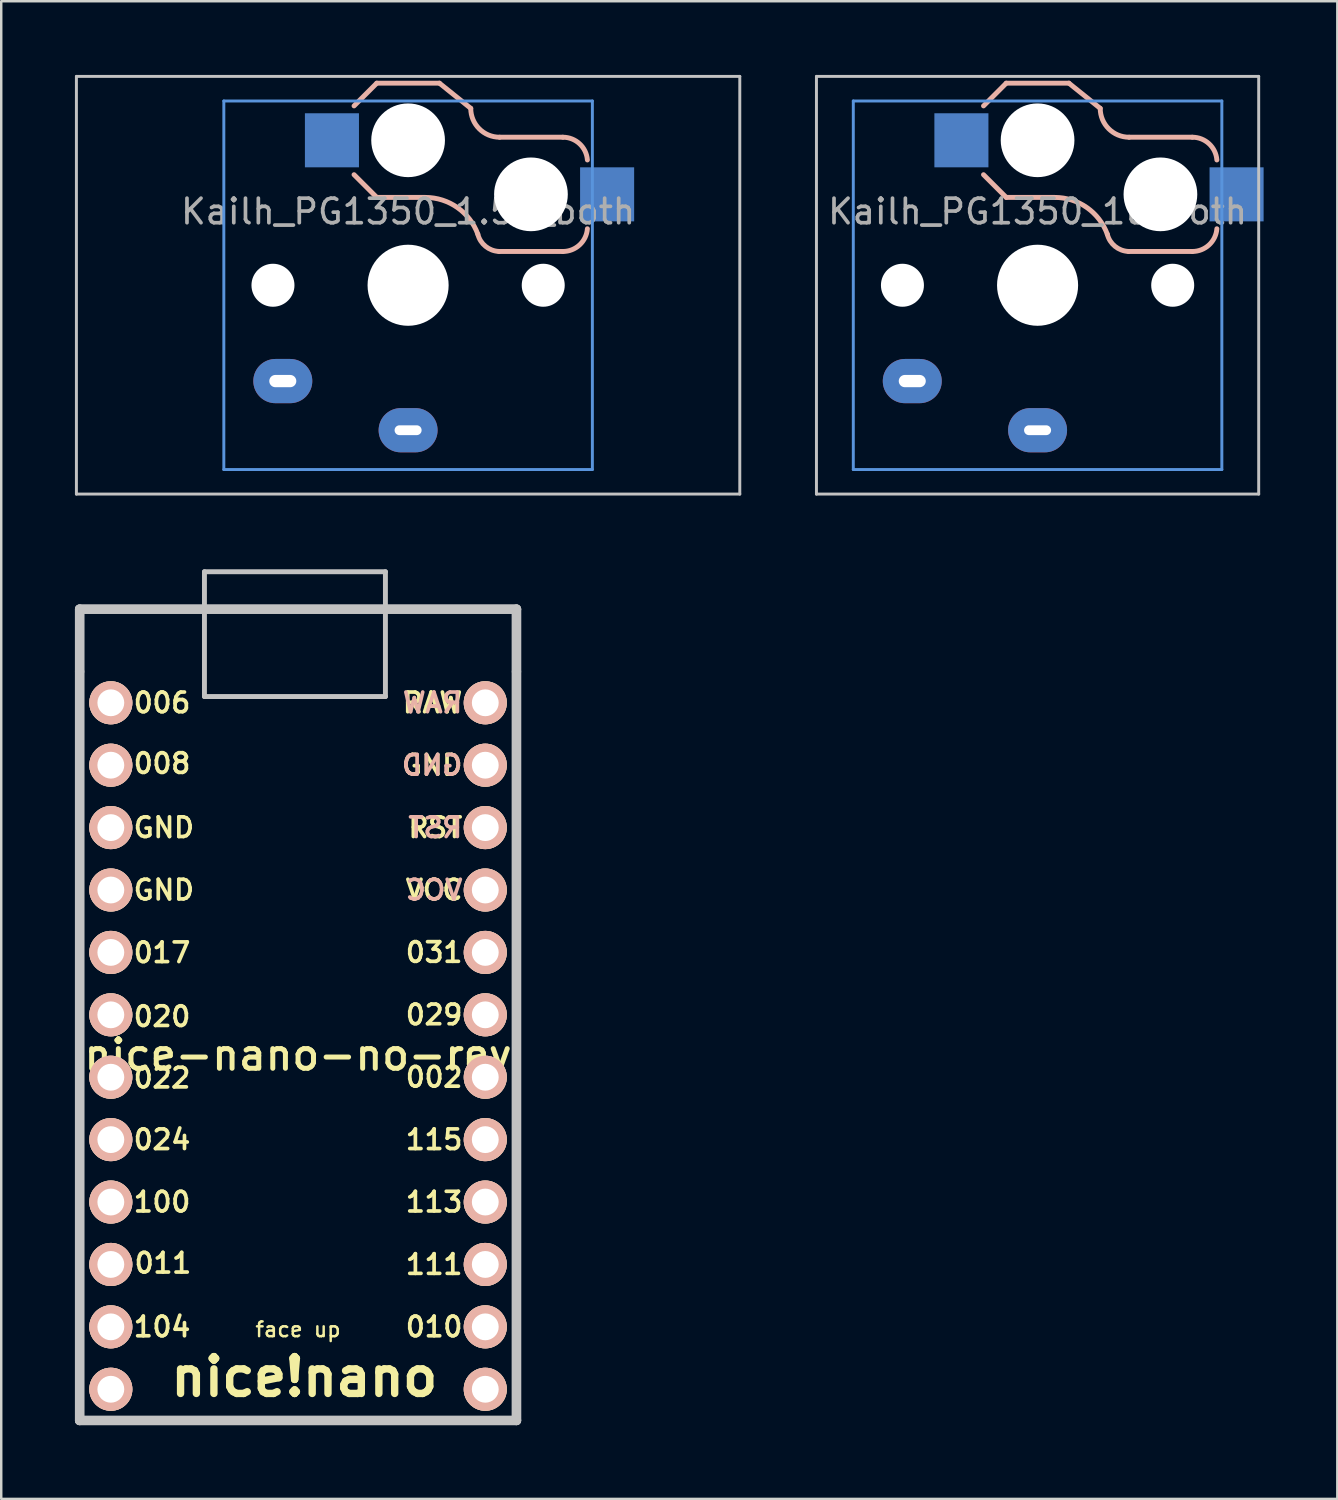
<source format=kicad_pcb>
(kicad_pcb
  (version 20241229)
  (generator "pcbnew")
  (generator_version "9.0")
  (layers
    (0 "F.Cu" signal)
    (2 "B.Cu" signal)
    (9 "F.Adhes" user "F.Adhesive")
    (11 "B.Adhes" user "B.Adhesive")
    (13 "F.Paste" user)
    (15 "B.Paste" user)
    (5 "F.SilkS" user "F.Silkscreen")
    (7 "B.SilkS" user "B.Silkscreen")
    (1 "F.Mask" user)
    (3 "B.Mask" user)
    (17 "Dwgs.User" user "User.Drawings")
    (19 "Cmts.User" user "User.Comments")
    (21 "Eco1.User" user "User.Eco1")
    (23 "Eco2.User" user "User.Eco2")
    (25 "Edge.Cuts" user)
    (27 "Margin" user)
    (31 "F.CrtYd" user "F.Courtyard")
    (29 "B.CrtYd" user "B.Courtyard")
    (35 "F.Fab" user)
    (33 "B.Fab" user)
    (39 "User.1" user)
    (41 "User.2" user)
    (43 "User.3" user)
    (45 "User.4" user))
  (footprint "Kailh_PG1350_1u_both"
    (layer "F.Cu")
    (at 39.18 8.56)
    (property "Reference" "Kailh_PG1350_1u_both" (at 0 -3 180) (layer "F.Fab") (effects (font (size 1 1) (thickness 0.15))))
    (attr through_hole)
    (fp_line (start -2.2 -7.3) (end -1.275 -8.225) (stroke (width 0.2) (type solid)) (layer "B.SilkS"))
    (fp_line (start -2.2 -4.5) (end -1.275 -3.575) (stroke (width 0.2) (type solid)) (layer "B.SilkS"))
    (fp_line (start 0.7 -3.575) (end -1.275 -3.575) (stroke (width 0.2) (type solid)) (layer "B.SilkS"))
    (fp_line (start 1.275 -8.225) (end -1.275 -8.225) (stroke (width 0.2) (type solid)) (layer "B.SilkS"))
    (fp_line (start 1.275 -8.225) (end 2.55 -7.2) (stroke (width 0.2) (type solid)) (layer "B.SilkS"))
    (fp_line (start 6.3 -6.025) (end 3.725 -6.025) (stroke (width 0.2) (type solid)) (layer "B.SilkS"))
    (fp_line (start 6.3 -1.375) (end 3.7 -1.375) (stroke (width 0.2) (type solid)) (layer "B.SilkS"))
    (fp_arc (start 0.7 -3.575) (mid 2.004886 -3.163571) (end 2.837801 -2.078096) (stroke (width 0.2) (type solid)) (layer "B.SilkS"))
    (fp_arc (start 3.699539 -1.376187) (mid 3.151923 -1.583811) (end 2.837801 -2.078096) (stroke (width 0.2) (type solid)) (layer "B.SilkS"))
    (fp_arc (start 3.725 -6.025) (mid 2.89415 -6.36915) (end 2.55 -7.2) (stroke (width 0.2) (type solid)) (layer "B.SilkS"))
    (fp_arc (start 6.3 -6.025) (mid 6.980151 -5.758072) (end 7.297199 -5.09979) (stroke (width 0.2) (type solid)) (layer "B.SilkS"))
    (fp_arc (start 7.297199 -2.30021) (mid 6.980151 -1.641928) (end 6.3 -1.375) (stroke (width 0.2) (type solid)) (layer "B.SilkS"))
    (fp_line (start -9 8.5) (end -9 -8.5) (stroke (width 0.12) (type solid)) (layer "Dwgs.User"))
    (fp_line (start 9 -8.5) (end -9 -8.5) (stroke (width 0.12) (type solid)) (layer "Dwgs.User"))
    (fp_line (start 9 8.5) (end -9 8.5) (stroke (width 0.12) (type solid)) (layer "Dwgs.User"))
    (fp_line (start 9 8.5) (end 9 -8.5) (stroke (width 0.12) (type solid)) (layer "Dwgs.User"))
    (fp_line (start -7.5 -7.5) (end -7.5 7.5) (stroke (width 0.12) (type solid)) (layer "Cmts.User"))
    (fp_line (start -7.5 -7.5) (end 7.5 -7.5) (stroke (width 0.12) (type solid)) (layer "Cmts.User"))
    (fp_line (start 7.5 7.5) (end -7.5 7.5) (stroke (width 0.12) (type solid)) (layer "Cmts.User"))
    (fp_line (start 7.5 7.5) (end 7.5 -7.5) (stroke (width 0.12) (type solid)) (layer "Cmts.User"))
    (pad "" np_thru_hole circle (at -5.5 0 180) (size 1.75 1.75) (drill 1.75) (layers "*.Cu" "*.Mask"))
    (pad "" np_thru_hole circle (at 0 -5.9 180) (size 3 3) (drill 3) (layers "*.Cu" "*.Mask"))
    (pad "" np_thru_hole circle (at 0 0 180) (size 3.3 3.3) (drill 3.3) (layers "*.Cu" "*.Mask"))
    (pad "" np_thru_hole circle (at 5 -3.7 180) (size 3 3) (drill 3) (layers "*.Cu" "*.Mask"))
    (pad "" np_thru_hole circle (at 5.5 0 180) (size 1.75 1.75) (drill 1.75) (layers "*.Cu" "*.Mask"))
    (pad "1" thru_hole oval (at -5.1 3.9 180) (size 2.4 1.8) (drill oval 1.1 0.5) (layers "*.Cu" "B.Mask"))
    (pad "1" smd rect (at 8.1 -3.7) (size 2.2 2.2) (layers "B.Cu" "B.Mask" "B.Paste"))
    (pad "2" smd rect (at -3.1 -5.9) (size 2.2 2.2) (layers "B.Cu" "B.Mask" "B.Paste"))
    (pad "2" thru_hole oval (at 0 5.9 180) (size 2.4 1.8) (drill oval 1.1 0.4) (layers "*.Cu" "B.Mask")))
  (footprint "nice-nano-no-rev"
    (layer "F.Cu")
    (at 9.081 38.26)
    (property "Reference" "nice-nano-no-rev" (at 0 1.625 0) (layer "F.SilkS") (effects (font (size 1.2 1.2) (thickness 0.203))))
    (attr through_hole)
    (fp_line (start -8.89 -16.516) (end -8.89 -13.976) (stroke (width 0.381) (type solid)) (layer "Dwgs.User"))
    (fp_line (start -8.89 -16.516) (end -8.89 16.504) (stroke (width 0.381) (type solid)) (layer "Dwgs.User"))
    (fp_line (start -8.89 -13.976) (end -8.89 16.504) (stroke (width 0.381) (type solid)) (layer "Dwgs.User"))
    (fp_line (start -8.89 16.504) (end 8.89 16.504) (stroke (width 0.381) (type solid)) (layer "Dwgs.User"))
    (fp_line (start -8.89 16.504) (end 8.89 16.504) (stroke (width 0.381) (type solid)) (layer "Dwgs.User"))
    (fp_line (start -3.81 -18.04) (end 3.556 -18.04) (stroke (width 0.2) (type solid)) (layer "Dwgs.User"))
    (fp_line (start -3.81 -12.96) (end -3.81 -18.04) (stroke (width 0.2) (type solid)) (layer "Dwgs.User"))
    (fp_line (start 3.556 -18.04) (end 3.556 -12.96) (stroke (width 0.2) (type solid)) (layer "Dwgs.User"))
    (fp_line (start 3.556 -12.96) (end -3.81 -12.96) (stroke (width 0.2) (type solid)) (layer "Dwgs.User"))
    (fp_line (start 8.89 -16.516) (end -8.89 -16.516) (stroke (width 0.381) (type solid)) (layer "Dwgs.User"))
    (fp_line (start 8.89 -16.516) (end -8.89 -16.516) (stroke (width 0.381) (type solid)) (layer "Dwgs.User"))
    (fp_line (start 8.89 -13.976) (end 8.89 -16.516) (stroke (width 0.381) (type solid)) (layer "Dwgs.User"))
    (fp_line (start 8.89 16.504) (end 8.89 -16.516) (stroke (width 0.381) (type solid)) (layer "Dwgs.User"))
    (fp_line (start 8.89 16.504) (end 8.89 -13.976) (stroke (width 0.381) (type solid)) (layer "Dwgs.User"))
    (fp_text user "GND" (at -5.461 -7.626 0) (layer "F.SilkS") (effects (font (size 0.8 0.8) (thickness 0.15))))
    (fp_text user "RST" (at 5.588 -7.626 0) (layer "F.SilkS") (effects (font (size 0.8 0.8) (thickness 0.15))))
    (fp_text user "024" (at -5.537 5.074 0) (layer "F.SilkS") (effects (font (size 0.8 0.8) (thickness 0.15))))
    (fp_text user "006" (at -5.537 -12.706 0) (layer "F.SilkS") (effects (font (size 0.8 0.8) (thickness 0.15))))
    (fp_text user "GND" (at -5.461 -5.086 0) (layer "F.SilkS") (effects (font (size 0.8 0.8) (thickness 0.15))))
    (fp_text user "nice!nano" (at 0.254 14.726 0) (layer "F.SilkS") (effects (font (size 1.5 1.5) (thickness 0.3))))
    (fp_text user "022" (at -5.537 2.564 0) (layer "F.SilkS") (effects (font (size 0.8 0.8) (thickness 0.15))))
    (fp_text user "010" (at 5.537 12.694 0) (layer "F.SilkS") (effects (font (size 0.8 0.8) (thickness 0.15))))
    (fp_text user "008" (at -5.537 -10.236 0) (layer "F.SilkS") (effects (font (size 0.8 0.8) (thickness 0.15))))
    (fp_text user "GND" (at 5.455 -10.166 0) (layer "F.SilkS") (effects (font (size 0.8 0.8) (thickness 0.15))))
    (fp_text user "002" (at 5.537 2.534 0) (layer "F.SilkS") (effects (font (size 0.8 0.8) (thickness 0.15))))
    (fp_text user "031" (at 5.537 -2.546 0) (layer "F.SilkS") (effects (font (size 0.8 0.8) (thickness 0.15))))
    (fp_text user "face up" (at 0 12.8 0) (unlocked yes) (layer "F.SilkS") (effects (font (size 0.6 0.6) (thickness 0.1))))
    (fp_text user "111" (at 5.537 10.154 0) (layer "F.SilkS") (effects (font (size 0.8 0.8) (thickness 0.15))))
    (fp_text user "029" (at 5.537 -0.006 0) (layer "F.SilkS") (effects (font (size 0.8 0.8) (thickness 0.15))))
    (fp_text user "115" (at 5.537 5.074 0) (layer "F.SilkS") (effects (font (size 0.8 0.8) (thickness 0.15))))
    (fp_text user "011" (at -5.5 10.1 0) (unlocked yes) (layer "F.SilkS") (effects (font (size 0.8 0.8) (thickness 0.15))))
    (fp_text user "017" (at -5.537 -2.536 0) (layer "F.SilkS") (effects (font (size 0.8 0.8) (thickness 0.15))))
    (fp_text user "100" (at -5.537 7.614 0) (layer "F.SilkS") (effects (font (size 0.8 0.8) (thickness 0.15))))
    (fp_text user "RAW" (at 5.474 -12.706 0) (layer "F.SilkS") (effects (font (size 0.8 0.8) (thickness 0.15))))
    (fp_text user "VCC" (at 5.537 -5.086 0) (layer "F.SilkS") (effects (font (size 0.8 0.8) (thickness 0.15))))
    (fp_text user "113" (at 5.537 7.614 0) (layer "F.SilkS") (effects (font (size 0.8 0.8) (thickness 0.15))))
    (fp_text user "104" (at -5.537 12.694 0) (layer "F.SilkS") (effects (font (size 0.8 0.8) (thickness 0.15))))
    (fp_text user "020" (at -5.537 0.064 0) (layer "F.SilkS") (effects (font (size 0.8 0.8) (thickness 0.15))))
    (fp_text user "VCC" (at 5.537 -5.086 0) (layer "B.SilkS") (effects (font (size 0.8 0.8) (thickness 0.15)) (justify mirror)))
    (fp_text user "GND" (at 5.455 -10.166 0) (layer "B.SilkS") (effects (font (size 0.8 0.8) (thickness 0.15)) (justify mirror)))
    (fp_text user "RST" (at 5.588 -7.626 0) (layer "B.SilkS") (effects (font (size 0.8 0.8) (thickness 0.15)) (justify mirror)))
    (fp_text user "RAW" (at 5.474 -12.706 0) (layer "B.SilkS") (effects (font (size 0.8 0.8) (thickness 0.15)) (justify mirror)))
    (pad "1" thru_hole circle (at -7.62 -12.706 270) (size 1.753 1.753) (drill 1.092) (layers "*.Cu" "*.SilkS" "*.Mask"))
    (pad "2" thru_hole circle (at -7.62 -10.166 270) (size 1.753 1.753) (drill 1.092) (layers "*.Cu" "*.SilkS" "*.Mask"))
    (pad "3" thru_hole circle (at -7.62 -7.626 270) (size 1.753 1.753) (drill 1.092) (layers "*.Cu" "*.SilkS" "*.Mask"))
    (pad "4" thru_hole circle (at -7.62 -5.086 270) (size 1.753 1.753) (drill 1.092) (layers "*.Cu" "*.SilkS" "*.Mask"))
    (pad "5" thru_hole circle (at -7.62 -2.546 270) (size 1.753 1.753) (drill 1.092) (layers "*.Cu" "*.SilkS" "*.Mask"))
    (pad "6" thru_hole circle (at -7.62 -0.006 270) (size 1.753 1.753) (drill 1.092) (layers "*.Cu" "*.SilkS" "*.Mask"))
    (pad "7" thru_hole circle (at -7.62 2.534 270) (size 1.753 1.753) (drill 1.092) (layers "*.Cu" "*.SilkS" "*.Mask"))
    (pad "8" thru_hole circle (at -7.62 5.074 270) (size 1.753 1.753) (drill 1.092) (layers "*.Cu" "*.SilkS" "*.Mask"))
    (pad "9" thru_hole circle (at -7.62 7.614 270) (size 1.753 1.753) (drill 1.092) (layers "*.Cu" "*.SilkS" "*.Mask"))
    (pad "10" thru_hole circle (at -7.62 10.154 270) (size 1.753 1.753) (drill 1.092) (layers "*.Cu" "*.SilkS" "*.Mask"))
    (pad "11" thru_hole circle (at -7.62 12.694 270) (size 1.753 1.753) (drill 1.092) (layers "*.Cu" "*.SilkS" "*.Mask"))
    (pad "12" thru_hole circle (at -7.62 15.234 270) (size 1.753 1.753) (drill 1.092) (layers "*.Cu" "*.SilkS" "*.Mask"))
    (pad "13" thru_hole circle (at 7.62 15.234 270) (size 1.753 1.753) (drill 1.092) (layers "*.Cu" "*.SilkS" "*.Mask"))
    (pad "14" thru_hole circle (at 7.62 12.694 270) (size 1.753 1.753) (drill 1.092) (layers "*.Cu" "*.SilkS" "*.Mask"))
    (pad "15" thru_hole circle (at 7.62 10.154 270) (size 1.753 1.753) (drill 1.092) (layers "*.Cu" "*.SilkS" "*.Mask"))
    (pad "16" thru_hole circle (at 7.62 7.614 270) (size 1.753 1.753) (drill 1.092) (layers "*.Cu" "*.SilkS" "*.Mask"))
    (pad "17" thru_hole circle (at 7.62 5.074 270) (size 1.753 1.753) (drill 1.092) (layers "*.Cu" "*.SilkS" "*.Mask"))
    (pad "18" thru_hole circle (at 7.62 2.534 270) (size 1.753 1.753) (drill 1.092) (layers "*.Cu" "*.SilkS" "*.Mask"))
    (pad "19" thru_hole circle (at 7.62 -0.006 270) (size 1.753 1.753) (drill 1.092) (layers "*.Cu" "*.SilkS" "*.Mask"))
    (pad "20" thru_hole circle (at 7.62 -2.546 270) (size 1.753 1.753) (drill 1.092) (layers "*.Cu" "*.SilkS" "*.Mask"))
    (pad "21" thru_hole circle (at 7.62 -5.086 270) (size 1.753 1.753) (drill 1.092) (layers "*.Cu" "*.SilkS" "*.Mask"))
    (pad "22" thru_hole circle (at 7.62 -7.626 270) (size 1.753 1.753) (drill 1.092) (layers "*.Cu" "*.SilkS" "*.Mask"))
    (pad "23" thru_hole circle (at 7.62 -10.166 270) (size 1.753 1.753) (drill 1.092) (layers "*.Cu" "*.SilkS" "*.Mask"))
    (pad "24" thru_hole circle (at 7.62 -12.706 270) (size 1.753 1.753) (drill 1.092) (layers "*.Cu" "*.SilkS" "*.Mask")))
  (footprint "Kailh_PG1350_1.5u_both"
    (layer "F.Cu")
    (at 13.56 8.56)
    (property "Reference" "Kailh_PG1350_1.5u_both" (at 0 -3 180) (layer "F.Fab") (effects (font (size 1 1) (thickness 0.15))))
    (attr through_hole)
    (fp_line (start -2.2 -7.3) (end -1.275 -8.225) (stroke (width 0.2) (type solid)) (layer "B.SilkS"))
    (fp_line (start -2.2 -4.5) (end -1.275 -3.575) (stroke (width 0.2) (type solid)) (layer "B.SilkS"))
    (fp_line (start 0.7 -3.575) (end -1.275 -3.575) (stroke (width 0.2) (type solid)) (layer "B.SilkS"))
    (fp_line (start 1.275 -8.225) (end -1.275 -8.225) (stroke (width 0.2) (type solid)) (layer "B.SilkS"))
    (fp_line (start 1.275 -8.225) (end 2.55 -7.2) (stroke (width 0.2) (type solid)) (layer "B.SilkS"))
    (fp_line (start 6.3 -6.025) (end 3.725 -6.025) (stroke (width 0.2) (type solid)) (layer "B.SilkS"))
    (fp_line (start 6.3 -1.375) (end 3.7 -1.375) (stroke (width 0.2) (type solid)) (layer "B.SilkS"))
    (fp_arc (start 0.7 -3.575) (mid 2.004886 -3.163571) (end 2.837801 -2.078096) (stroke (width 0.2) (type solid)) (layer "B.SilkS"))
    (fp_arc (start 3.699539 -1.376187) (mid 3.151923 -1.583811) (end 2.837801 -2.078096) (stroke (width 0.2) (type solid)) (layer "B.SilkS"))
    (fp_arc (start 3.725 -6.025) (mid 2.89415 -6.36915) (end 2.55 -7.2) (stroke (width 0.2) (type solid)) (layer "B.SilkS"))
    (fp_arc (start 6.3 -6.025) (mid 6.980151 -5.758072) (end 7.297199 -5.09979) (stroke (width 0.2) (type solid)) (layer "B.SilkS"))
    (fp_arc (start 7.297199 -2.30021) (mid 6.980151 -1.641928) (end 6.3 -1.375) (stroke (width 0.2) (type solid)) (layer "B.SilkS"))
    (fp_line (start -13.5 8.5) (end -13.5 -8.5) (stroke (width 0.12) (type solid)) (layer "Dwgs.User"))
    (fp_line (start 13.5 -8.5) (end -13.5 -8.5) (stroke (width 0.12) (type solid)) (layer "Dwgs.User"))
    (fp_line (start 13.5 8.5) (end -13.5 8.5) (stroke (width 0.12) (type solid)) (layer "Dwgs.User"))
    (fp_line (start 13.5 8.5) (end 13.5 -8.5) (stroke (width 0.12) (type solid)) (layer "Dwgs.User"))
    (fp_line (start -7.5 -7.5) (end -7.5 7.5) (stroke (width 0.12) (type solid)) (layer "Cmts.User"))
    (fp_line (start -7.5 -7.5) (end 7.5 -7.5) (stroke (width 0.12) (type solid)) (layer "Cmts.User"))
    (fp_line (start 7.5 7.5) (end -7.5 7.5) (stroke (width 0.12) (type solid)) (layer "Cmts.User"))
    (fp_line (start 7.5 7.5) (end 7.5 -7.5) (stroke (width 0.12) (type solid)) (layer "Cmts.User"))
    (pad "" np_thru_hole circle (at -5.5 0 180) (size 1.75 1.75) (drill 1.75) (layers "*.Cu" "*.Mask"))
    (pad "" np_thru_hole circle (at 0 -5.9 180) (size 3 3) (drill 3) (layers "*.Cu" "*.Mask"))
    (pad "" np_thru_hole circle (at 0 0 180) (size 3.3 3.3) (drill 3.3) (layers "*.Cu" "*.Mask"))
    (pad "" np_thru_hole circle (at 5 -3.7 180) (size 3 3) (drill 3) (layers "*.Cu" "*.Mask"))
    (pad "" np_thru_hole circle (at 5.5 0 180) (size 1.75 1.75) (drill 1.75) (layers "*.Cu" "*.Mask"))
    (pad "1" thru_hole oval (at -5.1 3.9 180) (size 2.4 1.8) (drill oval 1.1 0.5) (layers "*.Cu" "B.Mask"))
    (pad "1" smd rect (at 8.1 -3.7) (size 2.2 2.2) (layers "B.Cu" "B.Mask" "B.Paste"))
    (pad "2" smd rect (at -3.1 -5.9) (size 2.2 2.2) (layers "B.Cu" "B.Mask" "B.Paste"))
    (pad "2" thru_hole oval (at 0 5.9 180) (size 2.4 1.8) (drill oval 1.1 0.4) (layers "*.Cu" "B.Mask")))
  (gr_rect
    (start -3 -3)
    (end 51.38 57.955)
    (stroke (width 0.1) (type default))
    (fill no)
    (layer "Edge.Cuts")))
</source>
